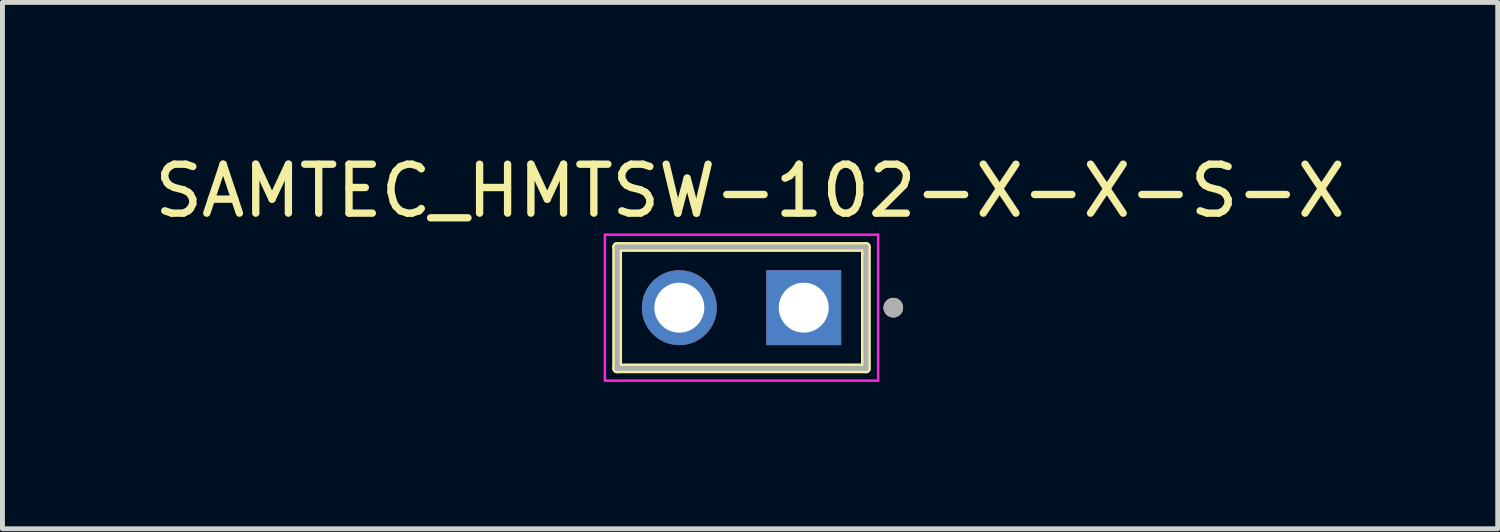
<source format=kicad_pcb>
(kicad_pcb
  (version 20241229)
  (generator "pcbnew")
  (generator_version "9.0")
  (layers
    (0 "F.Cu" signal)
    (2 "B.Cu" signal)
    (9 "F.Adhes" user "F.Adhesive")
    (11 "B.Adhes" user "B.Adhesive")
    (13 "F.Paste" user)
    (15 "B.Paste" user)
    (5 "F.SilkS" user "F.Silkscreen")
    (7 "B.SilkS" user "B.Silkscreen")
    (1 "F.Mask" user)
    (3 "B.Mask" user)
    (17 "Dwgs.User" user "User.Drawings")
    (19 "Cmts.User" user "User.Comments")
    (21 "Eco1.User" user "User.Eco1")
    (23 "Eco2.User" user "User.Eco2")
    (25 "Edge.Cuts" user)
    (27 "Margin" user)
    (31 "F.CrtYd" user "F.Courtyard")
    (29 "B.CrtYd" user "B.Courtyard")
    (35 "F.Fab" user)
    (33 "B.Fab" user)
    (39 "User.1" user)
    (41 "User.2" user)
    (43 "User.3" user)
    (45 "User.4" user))
  (footprint "SAMTEC_HMTSW-102-X-X-S-X"
    (layer "F.Cu")
    (at 12.093 3.233)
    (property "Reference" "SAMTEC_HMTSW-102-X-X-S-X" (at 0.175 -2.385 0) (layer "F.SilkS") (effects (font (size 1 1) (thickness 0.15))))
    (attr through_hole)
    (fp_line (start -2.54 -1.24) (end -2.54 1.24) (stroke (width 0.2) (type solid)) (layer "F.SilkS"))
    (fp_line (start -2.54 1.24) (end 2.54 1.24) (stroke (width 0.2) (type solid)) (layer "F.SilkS"))
    (fp_line (start 2.54 -1.24) (end -2.54 -1.24) (stroke (width 0.2) (type solid)) (layer "F.SilkS"))
    (fp_line (start 2.54 1.24) (end 2.54 -1.24) (stroke (width 0.2) (type solid)) (layer "F.SilkS"))
    (fp_circle (center 3.1 0) (end 3.2 0) (stroke (width 0.2) (type solid)) (fill no) (layer "F.SilkS"))
    (fp_line (start -2.79 -1.49) (end 2.79 -1.49) (stroke (width 0.05) (type solid)) (layer "F.CrtYd"))
    (fp_line (start -2.79 1.49) (end -2.79 -1.49) (stroke (width 0.05) (type solid)) (layer "F.CrtYd"))
    (fp_line (start 2.79 -1.49) (end 2.79 1.49) (stroke (width 0.05) (type solid)) (layer "F.CrtYd"))
    (fp_line (start 2.79 1.49) (end -2.79 1.49) (stroke (width 0.05) (type solid)) (layer "F.CrtYd"))
    (fp_line (start -2.54 -1.24) (end 2.54 -1.24) (stroke (width 0.1) (type solid)) (layer "F.Fab"))
    (fp_line (start -2.54 1.24) (end -2.54 -1.24) (stroke (width 0.1) (type solid)) (layer "F.Fab"))
    (fp_line (start 2.54 -1.24) (end 2.54 1.24) (stroke (width 0.1) (type solid)) (layer "F.Fab"))
    (fp_line (start 2.54 1.24) (end -2.54 1.24) (stroke (width 0.1) (type solid)) (layer "F.Fab"))
    (fp_circle (center 3.1 0) (end 3.2 0) (stroke (width 0.2) (type solid)) (fill no) (layer "F.Fab"))
    (pad "01" thru_hole rect (at 1.27 0) (size 1.53 1.53) (drill 1.02) (layers "*.Cu" "*.Mask"))
    (pad "02" thru_hole circle (at -1.27 0) (size 1.53 1.53) (drill 1.02) (layers "*.Cu" "*.Mask")))
  (gr_rect
    (start -3 -3)
    (end 27.536 7.748)
    (stroke (width 0.1) (type default))
    (fill no)
    (layer "Edge.Cuts")))
</source>
